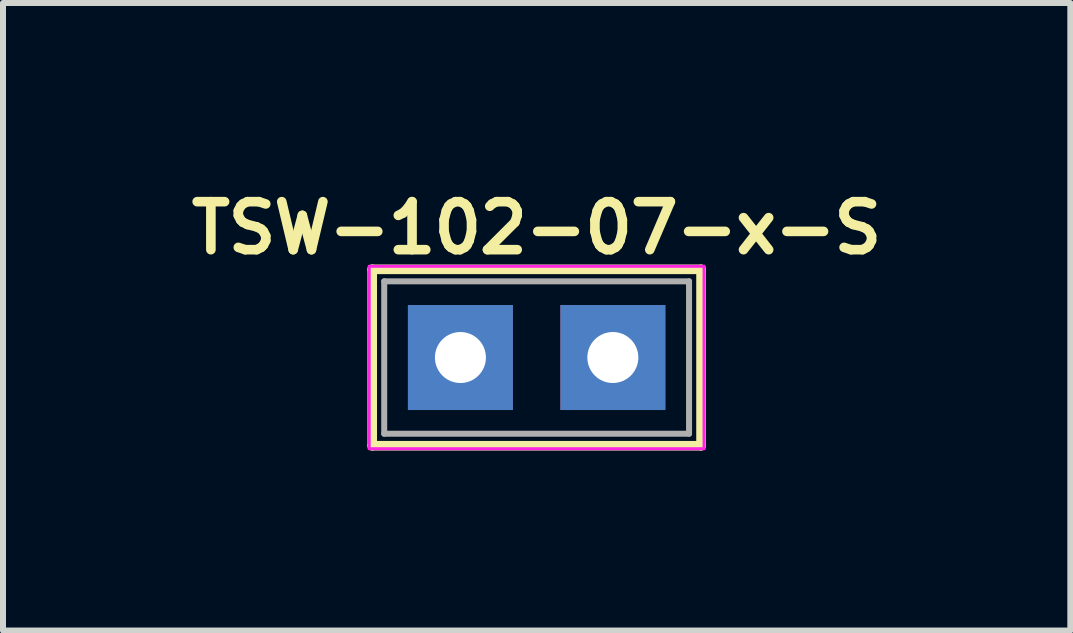
<source format=kicad_pcb>
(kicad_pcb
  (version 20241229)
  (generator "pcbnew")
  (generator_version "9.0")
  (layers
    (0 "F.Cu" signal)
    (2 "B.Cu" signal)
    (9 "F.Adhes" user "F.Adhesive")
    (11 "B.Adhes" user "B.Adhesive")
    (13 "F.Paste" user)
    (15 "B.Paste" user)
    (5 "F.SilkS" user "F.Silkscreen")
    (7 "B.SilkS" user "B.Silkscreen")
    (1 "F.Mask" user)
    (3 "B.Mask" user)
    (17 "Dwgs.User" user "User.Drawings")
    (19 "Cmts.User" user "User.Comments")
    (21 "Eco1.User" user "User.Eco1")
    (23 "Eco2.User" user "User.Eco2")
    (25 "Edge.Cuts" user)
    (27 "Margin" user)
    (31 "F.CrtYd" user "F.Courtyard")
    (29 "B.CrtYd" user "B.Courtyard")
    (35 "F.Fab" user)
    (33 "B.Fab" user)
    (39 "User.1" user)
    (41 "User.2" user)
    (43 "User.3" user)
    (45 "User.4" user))
  (footprint "TSW-102-07-x-S"
    (layer "F.Cu")
    (at 5.893 2.908)
    (property "Reference" "TSW-102-07-x-S" (at 0 -2.159 0) (layer "F.SilkS") (effects (font (size 0.8 0.8) (thickness 0.16))))
    (attr through_hole)
    (fp_line (start -2.74 -1.47) (end -2.74 1.47) (stroke (width 0.16) (type solid)) (layer "F.SilkS"))
    (fp_line (start -2.74 -1.47) (end 2.74 -1.47) (stroke (width 0.16) (type solid)) (layer "F.SilkS"))
    (fp_line (start 2.74 -1.47) (end 2.74 1.47) (stroke (width 0.16) (type solid)) (layer "F.SilkS"))
    (fp_line (start 2.74 1.47) (end -2.74 1.47) (stroke (width 0.16) (type solid)) (layer "F.SilkS"))
    (fp_line (start -2.79 -1.52) (end 2.79 -1.52) (stroke (width 0.05) (type solid)) (layer "F.CrtYd"))
    (fp_line (start -2.79 1.52) (end -2.79 -1.52) (stroke (width 0.05) (type solid)) (layer "F.CrtYd"))
    (fp_line (start 2.79 -1.52) (end 2.79 1.52) (stroke (width 0.05) (type solid)) (layer "F.CrtYd"))
    (fp_line (start 2.79 1.52) (end -2.79 1.52) (stroke (width 0.05) (type solid)) (layer "F.CrtYd"))
    (fp_line (start -2.54 -1.27) (end -2.54 1.27) (stroke (width 0.1) (type solid)) (layer "F.Fab"))
    (fp_line (start -2.54 -1.27) (end 2.54 -1.27) (stroke (width 0.1) (type solid)) (layer "F.Fab"))
    (fp_line (start -2.54 1.27) (end 2.54 1.27) (stroke (width 0.1) (type solid)) (layer "F.Fab"))
    (fp_line (start 2.54 -1.27) (end 2.54 1.27) (stroke (width 0.1) (type solid)) (layer "F.Fab"))
    (pad "1" thru_hole rect (at -1.27 0) (size 1.75 1.75) (drill 0.85) (layers "*.Cu" "*.Mask"))
    (pad "2" thru_hole rect (at 1.27 0) (size 1.75 1.75) (drill 0.85) (layers "*.Cu" "*.Mask")))
  (gr_rect
    (start -3 -3)
    (end 14.787 7.458)
    (stroke (width 0.1) (type default))
    (fill no)
    (layer "Edge.Cuts")))
</source>
